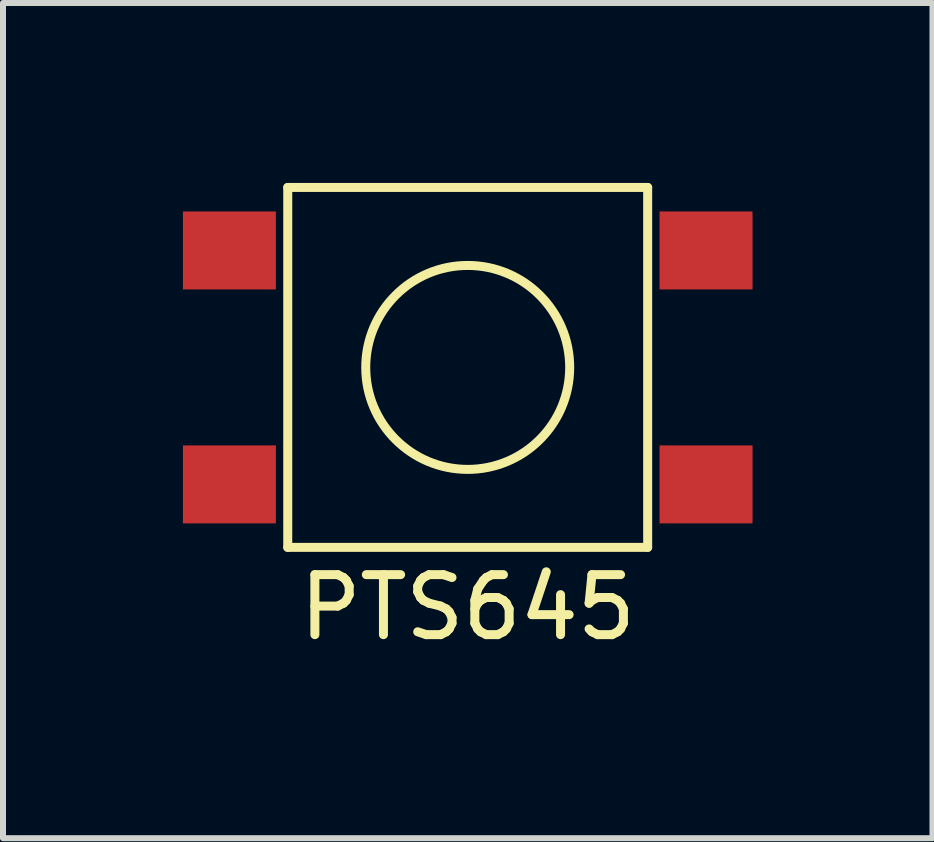
<source format=kicad_pcb>
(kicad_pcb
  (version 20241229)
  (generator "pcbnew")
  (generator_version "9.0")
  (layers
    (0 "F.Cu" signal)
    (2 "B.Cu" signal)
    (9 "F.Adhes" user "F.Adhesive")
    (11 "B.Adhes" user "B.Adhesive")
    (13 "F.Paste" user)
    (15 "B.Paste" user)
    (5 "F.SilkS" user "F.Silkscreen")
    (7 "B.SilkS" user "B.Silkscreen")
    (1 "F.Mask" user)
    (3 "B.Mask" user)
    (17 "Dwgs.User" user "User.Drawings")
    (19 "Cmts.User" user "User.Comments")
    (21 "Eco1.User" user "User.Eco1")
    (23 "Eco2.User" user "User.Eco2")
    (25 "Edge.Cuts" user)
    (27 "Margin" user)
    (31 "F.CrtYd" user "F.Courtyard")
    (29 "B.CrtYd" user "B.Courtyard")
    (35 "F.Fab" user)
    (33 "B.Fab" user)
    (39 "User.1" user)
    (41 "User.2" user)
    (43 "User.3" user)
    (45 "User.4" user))
  (footprint "PTS645"
    (layer "F.Cu")
    (at 4.747 3.075)
    (property "Reference" "PTS645" (at 0 4 0) (layer "F.SilkS") (effects (font (size 1 1) (thickness 0.15))))
    (attr through_hole)
    (fp_line (start -3 -3) (end -3 3) (stroke (width 0.15) (type solid)) (layer "F.SilkS"))
    (fp_line (start -3 3) (end 3 3) (stroke (width 0.15) (type solid)) (layer "F.SilkS"))
    (fp_line (start 3 -3) (end -3 -3) (stroke (width 0.15) (type solid)) (layer "F.SilkS"))
    (fp_line (start 3 3) (end 3 -3) (stroke (width 0.15) (type solid)) (layer "F.SilkS"))
    (fp_circle (center 0 0) (end 1.7 0) (stroke (width 0.15) (type solid)) (fill no) (layer "F.SilkS"))
    (pad "1" smd rect (at -3.973 -1.95) (size 1.55 1.3) (layers "F.Cu" "F.Mask" "F.Paste"))
    (pad "2" smd rect (at 3.973 -1.95) (size 1.55 1.3) (layers "F.Cu" "F.Mask" "F.Paste"))
    (pad "3" smd rect (at -3.973 1.95) (size 1.55 1.3) (layers "F.Cu" "F.Mask" "F.Paste"))
    (pad "4" smd rect (at 3.973 1.95) (size 1.55 1.3) (layers "F.Cu" "F.Mask" "F.Paste")))
  (gr_rect
    (start -3 -3)
    (end 12.495 10.923)
    (stroke (width 0.1) (type default))
    (fill no)
    (layer "Edge.Cuts")))
</source>
